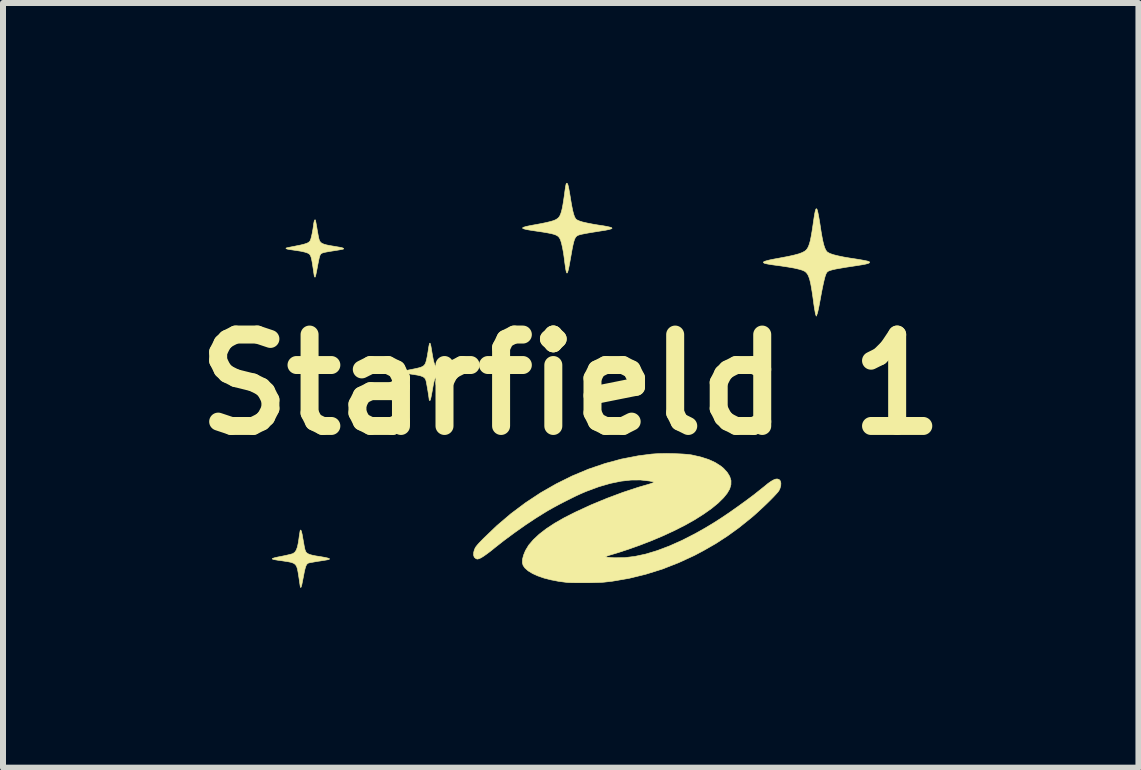
<source format=kicad_pcb>
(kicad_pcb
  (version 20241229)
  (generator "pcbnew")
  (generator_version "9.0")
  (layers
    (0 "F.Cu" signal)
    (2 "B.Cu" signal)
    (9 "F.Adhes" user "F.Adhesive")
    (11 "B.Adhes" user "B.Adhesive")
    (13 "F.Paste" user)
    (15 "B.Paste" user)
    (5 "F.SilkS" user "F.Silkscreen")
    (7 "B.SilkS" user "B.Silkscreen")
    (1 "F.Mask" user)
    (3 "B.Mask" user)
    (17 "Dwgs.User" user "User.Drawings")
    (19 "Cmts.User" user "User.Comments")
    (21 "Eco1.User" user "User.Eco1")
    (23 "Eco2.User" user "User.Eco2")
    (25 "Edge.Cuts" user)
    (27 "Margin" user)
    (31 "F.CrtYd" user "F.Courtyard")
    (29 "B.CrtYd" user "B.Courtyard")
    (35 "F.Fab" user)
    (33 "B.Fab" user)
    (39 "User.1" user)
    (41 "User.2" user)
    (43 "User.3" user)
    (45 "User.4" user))
  (footprint "Starfield 1"
    (layer "F.Cu")
    (at 6.466 3.363)
    (property "Reference" "Starfield 1" (at 0 0 0) (layer "F.SilkS") (effects (font (size 1.524 1.524) (thickness 0.3))))
    (attr through_hole)
    (fp_poly (pts (xy -4.496 2.432) (xy -4.487 2.459) (xy -4.476 2.506) (xy -4.465 2.573) (xy -4.464 2.577) (xy -4.454 2.633) (xy -4.445 2.685) (xy -4.436 2.728) (xy -4.43 2.755) (xy -4.429 2.756) (xy -4.42 2.781) (xy -4.406 2.802) (xy -4.384 2.818) (xy -4.353 2.832) (xy -4.31 2.844) (xy -4.251 2.856) (xy -4.173 2.868) (xy -4.167 2.869) (xy -4.1 2.881) (xy -4.054 2.891) (xy -4.027 2.9) (xy -4.021 2.908) (xy -4.033 2.915) (xy -4.035 2.916) (xy -4.052 2.92) (xy -4.086 2.926) (xy -4.132 2.933) (xy -4.186 2.942) (xy -4.202 2.944) (xy -4.257 2.953) (xy -4.307 2.962) (xy -4.347 2.969) (xy -4.372 2.975) (xy -4.375 2.976) (xy -4.391 2.986) (xy -4.405 3.003) (xy -4.418 3.031) (xy -4.43 3.071) (xy -4.443 3.128) (xy -4.457 3.202) (xy -4.459 3.212) (xy -4.473 3.282) (xy -4.483 3.333) (xy -4.492 3.366) (xy -4.499 3.382) (xy -4.504 3.382) (xy -4.509 3.367) (xy -4.511 3.358) (xy -4.515 3.332) (xy -4.521 3.291) (xy -4.528 3.242) (xy -4.533 3.21) (xy -4.545 3.134) (xy -4.556 3.076) (xy -4.57 3.032) (xy -4.59 3.001) (xy -4.618 2.98) (xy -4.658 2.964) (xy -4.712 2.953) (xy -4.784 2.942) (xy -4.81 2.938) (xy -4.884 2.928) (xy -4.936 2.919) (xy -4.967 2.912) (xy -4.977 2.904) (xy -4.966 2.896) (xy -4.934 2.886) (xy -4.881 2.874) (xy -4.814 2.861) (xy -4.756 2.849) (xy -4.704 2.837) (xy -4.661 2.826) (xy -4.633 2.818) (xy -4.628 2.815) (xy -4.6 2.794) (xy -4.576 2.759) (xy -4.557 2.707) (xy -4.542 2.637) (xy -4.533 2.577) (xy -4.526 2.526) (xy -4.519 2.482) (xy -4.514 2.45) (xy -4.511 2.435) (xy -4.504 2.424) (xy -4.496 2.432)) (stroke (width 0.01) (type solid)) (fill yes) (layer "F.SilkS"))
    (fp_poly (pts (xy -2.339 -0.677) (xy -2.331 -0.641) (xy -2.321 -0.584) (xy -2.316 -0.551) (xy -2.302 -0.471) (xy -2.29 -0.409) (xy -2.278 -0.363) (xy -2.266 -0.33) (xy -2.253 -0.308) (xy -2.237 -0.295) (xy -2.234 -0.293) (xy -2.205 -0.282) (xy -2.16 -0.27) (xy -2.104 -0.258) (xy -2.044 -0.247) (xy -1.983 -0.239) (xy -1.982 -0.238) (xy -1.93 -0.231) (xy -1.895 -0.222) (xy -1.876 -0.212) (xy -1.877 -0.203) (xy -1.89 -0.198) (xy -1.921 -0.191) (xy -1.964 -0.183) (xy -2.017 -0.174) (xy -2.04 -0.17) (xy -2.098 -0.161) (xy -2.15 -0.151) (xy -2.193 -0.143) (xy -2.221 -0.135) (xy -2.227 -0.133) (xy -2.243 -0.124) (xy -2.257 -0.11) (xy -2.268 -0.088) (xy -2.278 -0.055) (xy -2.289 -0.007) (xy -2.301 0.058) (xy -2.314 0.131) (xy -2.324 0.184) (xy -2.332 0.222) (xy -2.338 0.246) (xy -2.343 0.26) (xy -2.348 0.265) (xy -2.349 0.266) (xy -2.359 0.259) (xy -2.359 0.258) (xy -2.361 0.239) (xy -2.366 0.204) (xy -2.373 0.158) (xy -2.381 0.106) (xy -2.39 0.053) (xy -2.399 0.004) (xy -2.406 -0.036) (xy -2.412 -0.062) (xy -2.413 -0.067) (xy -2.423 -0.093) (xy -2.439 -0.114) (xy -2.463 -0.131) (xy -2.499 -0.145) (xy -2.548 -0.157) (xy -2.614 -0.168) (xy -2.667 -0.176) (xy -2.738 -0.186) (xy -2.788 -0.195) (xy -2.817 -0.202) (xy -2.825 -0.21) (xy -2.813 -0.218) (xy -2.78 -0.228) (xy -2.726 -0.239) (xy -2.677 -0.249) (xy -2.601 -0.264) (xy -2.543 -0.277) (xy -2.5 -0.289) (xy -2.469 -0.303) (xy -2.448 -0.318) (xy -2.433 -0.336) (xy -2.421 -0.358) (xy -2.412 -0.386) (xy -2.401 -0.43) (xy -2.39 -0.483) (xy -2.381 -0.539) (xy -2.38 -0.543) (xy -2.37 -0.612) (xy -2.361 -0.659) (xy -2.354 -0.686) (xy -2.347 -0.692) (xy -2.339 -0.677)) (stroke (width 0.01) (type solid)) (fill yes) (layer "F.SilkS"))
    (fp_poly (pts (xy -4.258 -2.745) (xy -4.254 -2.731) (xy -4.248 -2.7) (xy -4.24 -2.657) (xy -4.231 -2.606) (xy -4.23 -2.597) (xy -4.22 -2.541) (xy -4.211 -2.49) (xy -4.202 -2.447) (xy -4.196 -2.42) (xy -4.195 -2.419) (xy -4.185 -2.394) (xy -4.17 -2.373) (xy -4.148 -2.356) (xy -4.115 -2.342) (xy -4.069 -2.329) (xy -4.008 -2.317) (xy -3.929 -2.304) (xy -3.907 -2.3) (xy -3.847 -2.29) (xy -3.808 -2.281) (xy -3.788 -2.272) (xy -3.787 -2.264) (xy -3.791 -2.26) (xy -3.804 -2.257) (xy -3.834 -2.251) (xy -3.878 -2.243) (xy -3.93 -2.235) (xy -3.954 -2.231) (xy -4.012 -2.222) (xy -4.064 -2.213) (xy -4.108 -2.204) (xy -4.136 -2.196) (xy -4.141 -2.194) (xy -4.156 -2.187) (xy -4.167 -2.178) (xy -4.177 -2.163) (xy -4.186 -2.14) (xy -4.195 -2.106) (xy -4.205 -2.058) (xy -4.218 -1.993) (xy -4.226 -1.95) (xy -4.236 -1.896) (xy -4.246 -1.849) (xy -4.254 -1.814) (xy -4.261 -1.795) (xy -4.262 -1.792) (xy -4.269 -1.795) (xy -4.276 -1.813) (xy -4.277 -1.819) (xy -4.281 -1.844) (xy -4.287 -1.885) (xy -4.294 -1.933) (xy -4.299 -1.965) (xy -4.31 -2.036) (xy -4.32 -2.089) (xy -4.33 -2.128) (xy -4.342 -2.155) (xy -4.355 -2.174) (xy -4.359 -2.178) (xy -4.387 -2.194) (xy -4.436 -2.21) (xy -4.503 -2.225) (xy -4.589 -2.238) (xy -4.623 -2.243) (xy -4.686 -2.252) (xy -4.727 -2.26) (xy -4.747 -2.268) (xy -4.746 -2.276) (xy -4.74 -2.279) (xy -4.724 -2.283) (xy -4.692 -2.29) (xy -4.647 -2.299) (xy -4.595 -2.309) (xy -4.582 -2.312) (xy -4.506 -2.327) (xy -4.449 -2.341) (xy -4.408 -2.354) (xy -4.378 -2.367) (xy -4.358 -2.382) (xy -4.344 -2.4) (xy -4.334 -2.426) (xy -4.322 -2.47) (xy -4.31 -2.526) (xy -4.298 -2.592) (xy -4.288 -2.661) (xy -4.288 -2.668) (xy -4.28 -2.712) (xy -4.272 -2.74) (xy -4.264 -2.749) (xy -4.258 -2.745)) (stroke (width 0.01) (type solid)) (fill yes) (layer "F.SilkS"))
    (fp_poly (pts (xy -0.057 -3.354) (xy -0.049 -3.338) (xy -0.041 -3.31) (xy -0.032 -3.267) (xy -0.021 -3.208) (xy -0.008 -3.131) (xy -0.000201 -3.081) (xy 0.017 -2.982) (xy 0.033 -2.903) (xy 0.049 -2.841) (xy 0.065 -2.796) (xy 0.083 -2.765) (xy 0.1 -2.749) (xy 0.138 -2.731) (xy 0.196 -2.712) (xy 0.275 -2.694) (xy 0.373 -2.675) (xy 0.457 -2.661) (xy 0.544 -2.648) (xy 0.61 -2.636) (xy 0.657 -2.625) (xy 0.683 -2.616) (xy 0.689 -2.606) (xy 0.675 -2.597) (xy 0.64 -2.587) (xy 0.584 -2.575) (xy 0.507 -2.563) (xy 0.426 -2.55) (xy 0.357 -2.539) (xy 0.291 -2.528) (xy 0.233 -2.517) (xy 0.186 -2.508) (xy 0.157 -2.501) (xy 0.131 -2.493) (xy 0.109 -2.483) (xy 0.092 -2.469) (xy 0.077 -2.449) (xy 0.063 -2.42) (xy 0.051 -2.381) (xy 0.038 -2.328) (xy 0.024 -2.26) (xy 0.009 -2.175) (xy 0.000087 -2.125) (xy -0.015 -2.041) (xy -0.027 -1.976) (xy -0.037 -1.927) (xy -0.046 -1.893) (xy -0.053 -1.872) (xy -0.059 -1.862) (xy -0.063 -1.86) (xy -0.069 -1.869) (xy -0.077 -1.895) (xy -0.084 -1.93) (xy -0.084 -1.932) (xy -0.091 -1.979) (xy -0.099 -2.035) (xy -0.106 -2.09) (xy -0.106 -2.094) (xy -0.12 -2.194) (xy -0.136 -2.28) (xy -0.152 -2.352) (xy -0.168 -2.405) (xy -0.172 -2.416) (xy -0.184 -2.44) (xy -0.199 -2.461) (xy -0.218 -2.478) (xy -0.244 -2.493) (xy -0.279 -2.506) (xy -0.325 -2.518) (xy -0.385 -2.53) (xy -0.461 -2.543) (xy -0.556 -2.557) (xy -0.583 -2.561) (xy -0.669 -2.574) (xy -0.733 -2.585) (xy -0.777 -2.596) (xy -0.8 -2.605) (xy -0.802 -2.615) (xy -0.783 -2.625) (xy -0.743 -2.637) (xy -0.682 -2.65) (xy -0.601 -2.665) (xy -0.594 -2.666) (xy -0.492 -2.685) (xy -0.409 -2.702) (xy -0.343 -2.718) (xy -0.291 -2.733) (xy -0.252 -2.749) (xy -0.223 -2.767) (xy -0.201 -2.786) (xy -0.185 -2.808) (xy -0.181 -2.816) (xy -0.166 -2.85) (xy -0.153 -2.892) (xy -0.14 -2.945) (xy -0.128 -3.012) (xy -0.115 -3.096) (xy -0.106 -3.156) (xy -0.097 -3.227) (xy -0.089 -3.279) (xy -0.083 -3.315) (xy -0.078 -3.339) (xy -0.073 -3.352) (xy -0.068 -3.357) (xy -0.063 -3.358) (xy -0.057 -3.354)) (stroke (width 0.01) (type solid)) (fill yes) (layer "F.SilkS"))
    (fp_poly (pts (xy 4.105 -2.926) (xy 4.113 -2.904) (xy 4.122 -2.866) (xy 4.133 -2.811) (xy 4.146 -2.737) (xy 4.157 -2.668) (xy 4.174 -2.556) (xy 4.19 -2.464) (xy 4.205 -2.389) (xy 4.22 -2.329) (xy 4.235 -2.283) (xy 4.25 -2.249) (xy 4.266 -2.224) (xy 4.284 -2.206) (xy 4.286 -2.206) (xy 4.323 -2.186) (xy 4.381 -2.166) (xy 4.458 -2.147) (xy 4.554 -2.127) (xy 4.666 -2.108) (xy 4.688 -2.105) (xy 4.778 -2.091) (xy 4.849 -2.079) (xy 4.903 -2.069) (xy 4.942 -2.061) (xy 4.967 -2.054) (xy 4.98 -2.047) (xy 4.984 -2.04) (xy 4.981 -2.032) (xy 4.969 -2.025) (xy 4.946 -2.017) (xy 4.91 -2.008) (xy 4.861 -1.999) (xy 4.794 -1.988) (xy 4.709 -1.975) (xy 4.682 -1.971) (xy 4.577 -1.955) (xy 4.491 -1.94) (xy 4.422 -1.928) (xy 4.369 -1.916) (xy 4.329 -1.905) (xy 4.3 -1.894) (xy 4.287 -1.886) (xy 4.275 -1.876) (xy 4.263 -1.859) (xy 4.252 -1.834) (xy 4.24 -1.799) (xy 4.228 -1.753) (xy 4.214 -1.693) (xy 4.198 -1.618) (xy 4.18 -1.527) (xy 4.16 -1.417) (xy 4.15 -1.362) (xy 4.139 -1.305) (xy 4.128 -1.252) (xy 4.118 -1.209) (xy 4.11 -1.181) (xy 4.108 -1.176) (xy 4.094 -1.142) (xy 4.084 -1.169) (xy 4.079 -1.187) (xy 4.073 -1.223) (xy 4.064 -1.273) (xy 4.055 -1.332) (xy 4.046 -1.398) (xy 4.045 -1.408) (xy 4.029 -1.521) (xy 4.014 -1.614) (xy 4 -1.69) (xy 3.985 -1.751) (xy 3.969 -1.799) (xy 3.952 -1.836) (xy 3.932 -1.863) (xy 3.91 -1.884) (xy 3.898 -1.891) (xy 3.861 -1.908) (xy 3.803 -1.925) (xy 3.726 -1.943) (xy 3.628 -1.96) (xy 3.51 -1.978) (xy 3.481 -1.982) (xy 3.398 -1.993) (xy 3.334 -2.002) (xy 3.287 -2.01) (xy 3.253 -2.017) (xy 3.231 -2.023) (xy 3.219 -2.03) (xy 3.213 -2.036) (xy 3.212 -2.038) (xy 3.216 -2.046) (xy 3.235 -2.056) (xy 3.268 -2.066) (xy 3.319 -2.079) (xy 3.388 -2.093) (xy 3.476 -2.109) (xy 3.512 -2.116) (xy 3.629 -2.138) (xy 3.726 -2.16) (xy 3.804 -2.181) (xy 3.862 -2.203) (xy 3.901 -2.224) (xy 3.925 -2.243) (xy 3.945 -2.268) (xy 3.963 -2.301) (xy 3.979 -2.345) (xy 3.995 -2.401) (xy 4.009 -2.472) (xy 4.024 -2.559) (xy 4.04 -2.665) (xy 4.044 -2.694) (xy 4.056 -2.775) (xy 4.066 -2.838) (xy 4.075 -2.883) (xy 4.083 -2.913) (xy 4.09 -2.929) (xy 4.098 -2.933) (xy 4.105 -2.926)) (stroke (width 0.01) (type solid)) (fill yes) (layer "F.SilkS"))
    (fp_poly (pts (xy 1.686 1.15) (xy 1.779 1.153) (xy 1.865 1.157) (xy 1.941 1.163) (xy 2.002 1.17) (xy 2.019 1.173) (xy 2.169 1.207) (xy 2.3 1.249) (xy 2.413 1.301) (xy 2.506 1.361) (xy 2.548 1.396) (xy 2.61 1.464) (xy 2.651 1.531) (xy 2.672 1.599) (xy 2.671 1.668) (xy 2.65 1.74) (xy 2.607 1.813) (xy 2.548 1.886) (xy 2.458 1.975) (xy 2.347 2.066) (xy 2.218 2.157) (xy 2.073 2.249) (xy 1.912 2.34) (xy 1.737 2.429) (xy 1.55 2.516) (xy 1.352 2.6) (xy 1.145 2.68) (xy 0.956 2.747) (xy 0.888 2.769) (xy 0.819 2.792) (xy 0.755 2.812) (xy 0.701 2.828) (xy 0.667 2.838) (xy 0.627 2.85) (xy 0.598 2.861) (xy 0.584 2.87) (xy 0.583 2.873) (xy 0.597 2.876) (xy 0.627 2.88) (xy 0.671 2.884) (xy 0.723 2.887) (xy 0.735 2.887) (xy 0.898 2.885) (xy 1.071 2.864) (xy 1.253 2.825) (xy 1.444 2.767) (xy 1.645 2.691) (xy 1.856 2.597) (xy 2.077 2.484) (xy 2.242 2.391) (xy 2.365 2.317) (xy 2.499 2.232) (xy 2.639 2.138) (xy 2.781 2.038) (xy 2.922 1.936) (xy 3.057 1.835) (xy 3.18 1.737) (xy 3.229 1.698) (xy 3.291 1.647) (xy 3.343 1.611) (xy 3.384 1.588) (xy 3.419 1.575) (xy 3.443 1.573) (xy 3.474 1.582) (xy 3.495 1.606) (xy 3.504 1.641) (xy 3.502 1.685) (xy 3.488 1.734) (xy 3.471 1.769) (xy 3.453 1.793) (xy 3.421 1.829) (xy 3.378 1.875) (xy 3.327 1.927) (xy 3.269 1.984) (xy 3.207 2.043) (xy 3.143 2.102) (xy 3.081 2.159) (xy 3.021 2.211) (xy 2.998 2.23) (xy 2.805 2.385) (xy 2.614 2.523) (xy 2.419 2.65) (xy 2.213 2.768) (xy 2.062 2.848) (xy 1.797 2.97) (xy 1.526 3.076) (xy 1.25 3.162) (xy 0.972 3.23) (xy 0.694 3.278) (xy 0.554 3.294) (xy 0.514 3.297) (xy 0.457 3.299) (xy 0.389 3.301) (xy 0.313 3.303) (xy 0.234 3.303) (xy 0.155 3.303) (xy 0.081 3.303) (xy 0.017 3.302) (xy -0.034 3.3) (xy -0.064 3.298) (xy -0.202 3.28) (xy -0.33 3.255) (xy -0.447 3.225) (xy -0.55 3.189) (xy -0.638 3.149) (xy -0.71 3.105) (xy -0.764 3.057) (xy -0.794 3.014) (xy -0.806 2.969) (xy -0.804 2.912) (xy -0.787 2.845) (xy -0.757 2.772) (xy -0.755 2.767) (xy -0.7 2.676) (xy -0.623 2.586) (xy -0.526 2.495) (xy -0.407 2.403) (xy -0.267 2.311) (xy -0.106 2.219) (xy 0.076 2.127) (xy 0.338 2.006) (xy 0.604 1.896) (xy 0.869 1.797) (xy 1.129 1.711) (xy 1.278 1.668) (xy 1.325 1.654) (xy 1.361 1.641) (xy 1.384 1.632) (xy 1.39 1.626) (xy 1.39 1.626) (xy 1.373 1.62) (xy 1.342 1.613) (xy 1.313 1.607) (xy 1.164 1.59) (xy 1.006 1.591) (xy 0.838 1.61) (xy 0.659 1.647) (xy 0.469 1.702) (xy 0.269 1.776) (xy 0.242 1.787) (xy 0.172 1.817) (xy 0.087 1.856) (xy -0.006 1.902) (xy -0.103 1.951) (xy -0.2 2.001) (xy -0.292 2.051) (xy -0.374 2.097) (xy -0.414 2.121) (xy -0.583 2.226) (xy -0.759 2.343) (xy -0.936 2.468) (xy -1.109 2.596) (xy -1.272 2.724) (xy -1.307 2.753) (xy -1.357 2.792) (xy -1.407 2.829) (xy -1.451 2.86) (xy -1.486 2.882) (xy -1.498 2.889) (xy -1.531 2.903) (xy -1.553 2.909) (xy -1.569 2.906) (xy -1.582 2.9) (xy -1.609 2.876) (xy -1.62 2.841) (xy -1.617 2.794) (xy -1.61 2.767) (xy -1.602 2.744) (xy -1.592 2.722) (xy -1.578 2.7) (xy -1.556 2.673) (xy -1.526 2.639) (xy -1.483 2.595) (xy -1.458 2.569) (xy -1.234 2.354) (xy -0.999 2.154) (xy -0.755 1.971) (xy -0.502 1.804) (xy -0.242 1.655) (xy 0.024 1.523) (xy 0.294 1.41) (xy 0.569 1.316) (xy 0.846 1.241) (xy 1.125 1.187) (xy 1.351 1.158) (xy 1.421 1.153) (xy 1.503 1.15) (xy 1.593 1.149) (xy 1.686 1.15)) (stroke (width 0.01) (type solid)) (fill yes) (layer "F.SilkS")))
  (gr_rect
    (start -3 -3)
    (end 15.932 9.75)
    (stroke (width 0.1) (type default))
    (fill no)
    (layer "Edge.Cuts")))
</source>
